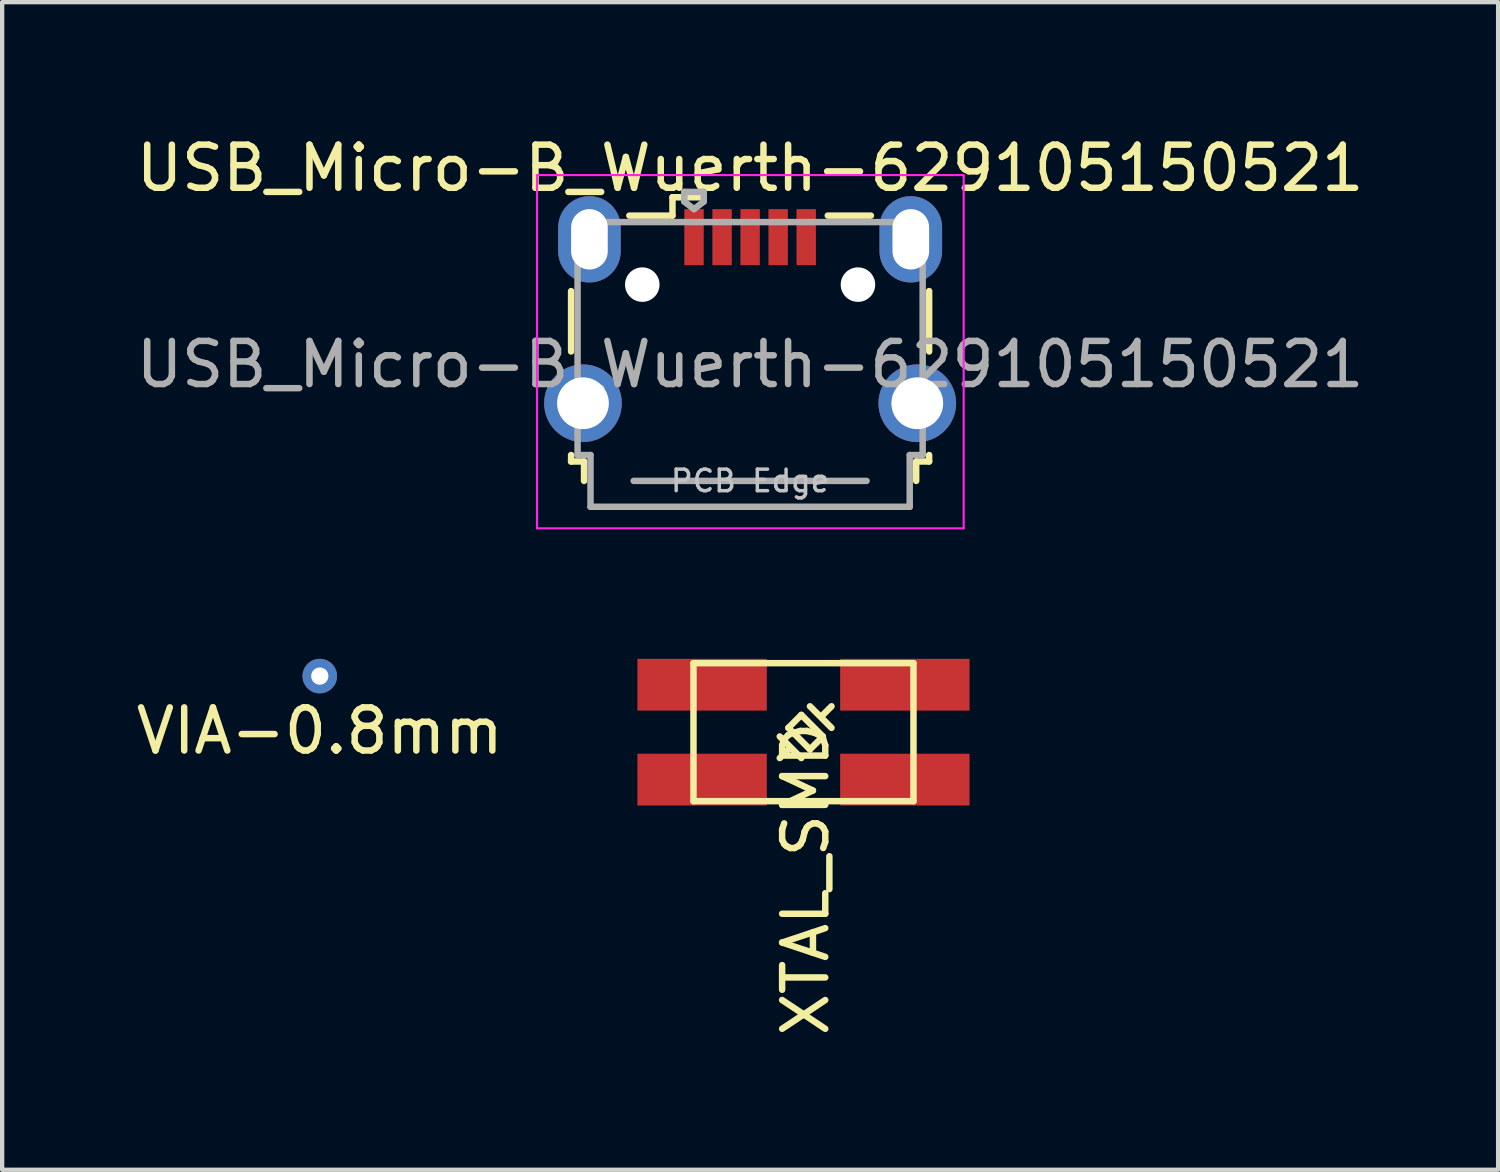
<source format=kicad_pcb>
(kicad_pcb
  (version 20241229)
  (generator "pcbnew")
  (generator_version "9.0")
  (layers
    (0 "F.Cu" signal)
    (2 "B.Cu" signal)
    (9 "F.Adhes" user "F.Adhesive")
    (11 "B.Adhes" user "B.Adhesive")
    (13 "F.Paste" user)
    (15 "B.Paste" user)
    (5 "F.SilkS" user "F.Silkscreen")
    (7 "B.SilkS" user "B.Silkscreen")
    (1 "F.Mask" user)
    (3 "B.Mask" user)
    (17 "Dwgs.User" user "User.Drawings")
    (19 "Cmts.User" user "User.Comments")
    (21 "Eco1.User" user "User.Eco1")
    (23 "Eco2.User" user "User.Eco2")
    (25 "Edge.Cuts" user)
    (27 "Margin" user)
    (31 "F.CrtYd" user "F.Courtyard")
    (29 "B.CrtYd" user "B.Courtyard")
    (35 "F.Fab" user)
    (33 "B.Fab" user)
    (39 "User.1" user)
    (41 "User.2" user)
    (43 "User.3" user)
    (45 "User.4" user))
  (footprint "XTAL_SMD"
    (layer "F.Cu")
    (at 15.626 15.023)
    (property "Reference" "XTAL_SMD" (at 0 2.3 90) (layer "F.SilkS") (effects (font (size 1 1) (thickness 0.15))))
    (attr through_hole)
    (fp_line (start -2.6 -2.7) (end -2.6 0.5) (stroke (width 0.15) (type solid)) (layer "F.SilkS"))
    (fp_line (start -2.6 0.5) (end 2.5 0.5) (stroke (width 0.15) (type solid)) (layer "F.SilkS"))
    (fp_line (start -0.4 -1.2) (end -0.1 -1.5) (stroke (width 0.15) (type solid)) (layer "F.SilkS"))
    (fp_line (start -0.4 -0.7) (end -0.6 -0.5) (stroke (width 0.15) (type solid)) (layer "F.SilkS"))
    (fp_line (start -0.1 -1.5) (end 0.4 -1) (stroke (width 0.15) (type solid)) (layer "F.SilkS"))
    (fp_line (start -0.1 -0.5) (end -0.6 -1) (stroke (width 0.15) (type solid)) (layer "F.SilkS"))
    (fp_line (start 0.1 -1.7) (end 0.6 -1.2) (stroke (width 0.15) (type solid)) (layer "F.SilkS"))
    (fp_line (start 0.1 -0.7) (end -0.4 -1.2) (stroke (width 0.15) (type solid)) (layer "F.SilkS"))
    (fp_line (start 0.4 -1.5) (end 0.6 -1.7) (stroke (width 0.15) (type solid)) (layer "F.SilkS"))
    (fp_line (start 0.4 -1) (end 0.1 -0.7) (stroke (width 0.15) (type solid)) (layer "F.SilkS"))
    (fp_line (start 2.5 -2.7) (end -2.6 -2.7) (stroke (width 0.15) (type solid)) (layer "F.SilkS"))
    (fp_line (start 2.5 0.5) (end 2.5 -2.7) (stroke (width 0.15) (type solid)) (layer "F.SilkS"))
    (pad "1" smd rect (at -2.4 0) (size 3 1.2) (layers "F.Cu" "F.Mask"))
    (pad "2" smd rect (at 2.3 0) (size 3 1.2) (layers "F.Cu" "F.Mask"))
    (pad "3" smd rect (at 2.3 -2.2) (size 3 1.2) (layers "F.Cu" "F.Mask"))
    (pad "4" smd rect (at -2.4 -2.2) (size 3 1.2) (layers "F.Cu" "F.Mask")))
  (footprint "USB_Micro-B_Wuerth-629105150521"
    (layer "F.Cu")
    (at 14.339 4.348)
    (property "Reference" "USB_Micro-B_Wuerth-629105150521" (at 0 -3.5 0) (layer "F.SilkS") (effects (font (size 1 1) (thickness 0.15))))
    (attr smd)
    (fp_line (start -4.15 -0.65) (end -4.15 0.75) (stroke (width 0.15) (type solid)) (layer "F.SilkS"))
    (fp_line (start -4.15 3.15) (end -4.15 3.3) (stroke (width 0.15) (type solid)) (layer "F.SilkS"))
    (fp_line (start -4.15 3.3) (end -3.85 3.3) (stroke (width 0.15) (type solid)) (layer "F.SilkS"))
    (fp_line (start -3.85 3.3) (end -3.85 3.75) (stroke (width 0.15) (type solid)) (layer "F.SilkS"))
    (fp_line (start -1.8 -2.825) (end -1.8 -2.4) (stroke (width 0.15) (type solid)) (layer "F.SilkS"))
    (fp_line (start -1.8 -2.4) (end -2.8 -2.4) (stroke (width 0.15) (type solid)) (layer "F.SilkS"))
    (fp_line (start -1.075 -2.825) (end -1.8 -2.825) (stroke (width 0.15) (type solid)) (layer "F.SilkS"))
    (fp_line (start 1.8 -2.4) (end 2.8 -2.4) (stroke (width 0.15) (type solid)) (layer "F.SilkS"))
    (fp_line (start 3.85 3.3) (end 4.15 3.3) (stroke (width 0.15) (type solid)) (layer "F.SilkS"))
    (fp_line (start 3.85 3.75) (end 3.85 3.3) (stroke (width 0.15) (type solid)) (layer "F.SilkS"))
    (fp_line (start 4.15 0.75) (end 4.15 -0.65) (stroke (width 0.15) (type solid)) (layer "F.SilkS"))
    (fp_line (start 4.15 3.3) (end 4.15 3.15) (stroke (width 0.15) (type solid)) (layer "F.SilkS"))
    (fp_line (start -4.94 -3.34) (end -4.94 4.85) (stroke (width 0.05) (type solid)) (layer "F.CrtYd"))
    (fp_line (start -4.94 4.85) (end 4.95 4.85) (stroke (width 0.05) (type solid)) (layer "F.CrtYd"))
    (fp_line (start 4.95 -3.34) (end -4.94 -3.34) (stroke (width 0.05) (type solid)) (layer "F.CrtYd"))
    (fp_line (start 4.95 4.85) (end 4.95 -3.34) (stroke (width 0.05) (type solid)) (layer "F.CrtYd"))
    (fp_line (start -4 -2.25) (end -4 3.15) (stroke (width 0.15) (type solid)) (layer "F.Fab"))
    (fp_line (start -4 3.15) (end -3.7 3.15) (stroke (width 0.15) (type solid)) (layer "F.Fab"))
    (fp_line (start -3.7 3.15) (end -3.7 4.35) (stroke (width 0.15) (type solid)) (layer "F.Fab"))
    (fp_line (start -3.7 4.35) (end 3.7 4.35) (stroke (width 0.15) (type solid)) (layer "F.Fab"))
    (fp_line (start -2.7 3.75) (end 2.7 3.75) (stroke (width 0.15) (type solid)) (layer "F.Fab"))
    (fp_line (start -1.525 -2.95) (end -1.075 -2.95) (stroke (width 0.15) (type solid)) (layer "F.Fab"))
    (fp_line (start -1.525 -2.725) (end -1.525 -2.95) (stroke (width 0.15) (type solid)) (layer "F.Fab"))
    (fp_line (start -1.3 -2.55) (end -1.525 -2.725) (stroke (width 0.15) (type solid)) (layer "F.Fab"))
    (fp_line (start -1.075 -2.95) (end -1.075 -2.725) (stroke (width 0.15) (type solid)) (layer "F.Fab"))
    (fp_line (start -1.075 -2.725) (end -1.3 -2.55) (stroke (width 0.15) (type solid)) (layer "F.Fab"))
    (fp_line (start 3.7 3.15) (end 4 3.15) (stroke (width 0.15) (type solid)) (layer "F.Fab"))
    (fp_line (start 3.7 4.35) (end 3.7 3.15) (stroke (width 0.15) (type solid)) (layer "F.Fab"))
    (fp_line (start 4 -2.25) (end -4 -2.25) (stroke (width 0.15) (type solid)) (layer "F.Fab"))
    (fp_line (start 4 3.15) (end 4 -2.25) (stroke (width 0.15) (type solid)) (layer "F.Fab"))
    (fp_text user "PCB Edge" (at 0 3.75 0) (layer "Dwgs.User") (effects (font (size 0.5 0.5) (thickness 0.08))))
    (fp_text user "${REFERENCE}" (at 0 1.05 0) (layer "F.Fab") (effects (font (size 1 1) (thickness 0.15))))
    (pad "" np_thru_hole oval (at -2.5 -0.8) (size 0.8 0.8) (drill 0.8) (layers "*.Cu" "*.Mask"))
    (pad "" np_thru_hole oval (at 2.5 -0.8) (size 0.8 0.8) (drill 0.8) (layers "*.Cu" "*.Mask"))
    (pad "1" smd rect (at -1.3 -1.9) (size 0.45 1.3) (layers "F.Cu" "F.Mask" "F.Paste"))
    (pad "2" smd rect (at -0.65 -1.9) (size 0.45 1.3) (layers "F.Cu" "F.Mask" "F.Paste"))
    (pad "3" smd rect (at 0 -1.9) (size 0.45 1.3) (layers "F.Cu" "F.Mask" "F.Paste"))
    (pad "4" smd rect (at 0.65 -1.9) (size 0.45 1.3) (layers "F.Cu" "F.Mask" "F.Paste"))
    (pad "5" smd rect (at 1.3 -1.9) (size 0.45 1.3) (layers "F.Cu" "F.Mask" "F.Paste"))
    (pad "6" thru_hole circle (at -3.875 1.95) (size 1.8 1.8) (drill 1.2) (layers "*.Cu" "*.Mask"))
    (pad "6" thru_hole oval (at -3.725 -1.85) (size 1.45 2) (drill oval 0.85 1.4) (layers "*.Cu" "*.Mask"))
    (pad "6" thru_hole oval (at 3.725 -1.85) (size 1.45 2) (drill oval 0.85 1.4) (layers "*.Cu" "*.Mask"))
    (pad "6" thru_hole circle (at 3.875 1.95) (size 1.8 1.8) (drill 1.2) (layers "*.Cu" "*.Mask")))
  (footprint "VIA-0.8mm"
    (layer "F.Cu")
    (at 4.363 12.623)
    (property "Reference" "VIA-0.8mm" (at 0 1.27 0) (layer "F.SilkS") (effects (font (size 1 1) (thickness 0.15))))
    (attr through_hole)
    (pad "1" thru_hole circle (at 0 0) (size 0.8 0.8) (drill 0.4) (layers "*.Cu")))
  (gr_rect
    (start -3 -3)
    (end 31.679 24.067)
    (stroke (width 0.1) (type default))
    (fill no)
    (layer "Edge.Cuts")))
</source>
